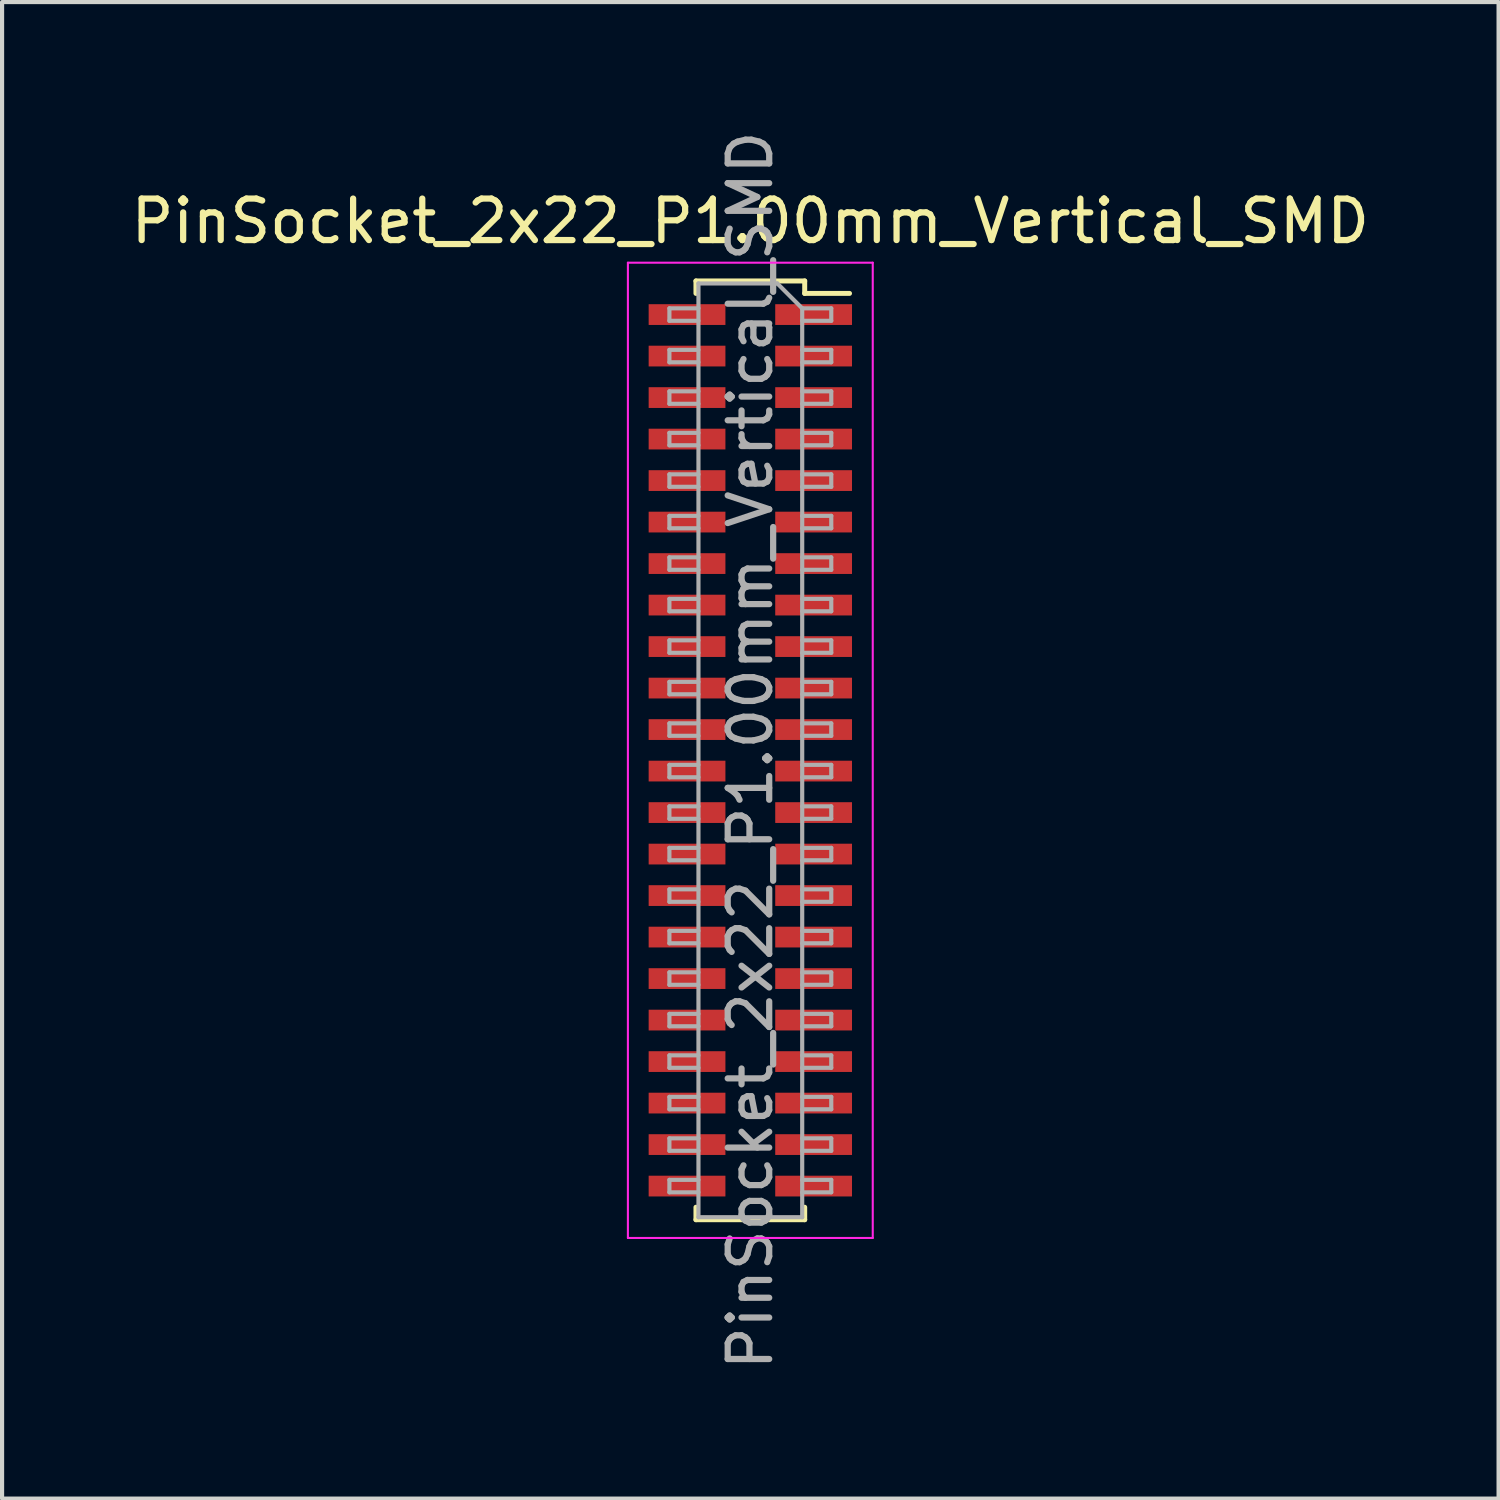
<source format=kicad_pcb>
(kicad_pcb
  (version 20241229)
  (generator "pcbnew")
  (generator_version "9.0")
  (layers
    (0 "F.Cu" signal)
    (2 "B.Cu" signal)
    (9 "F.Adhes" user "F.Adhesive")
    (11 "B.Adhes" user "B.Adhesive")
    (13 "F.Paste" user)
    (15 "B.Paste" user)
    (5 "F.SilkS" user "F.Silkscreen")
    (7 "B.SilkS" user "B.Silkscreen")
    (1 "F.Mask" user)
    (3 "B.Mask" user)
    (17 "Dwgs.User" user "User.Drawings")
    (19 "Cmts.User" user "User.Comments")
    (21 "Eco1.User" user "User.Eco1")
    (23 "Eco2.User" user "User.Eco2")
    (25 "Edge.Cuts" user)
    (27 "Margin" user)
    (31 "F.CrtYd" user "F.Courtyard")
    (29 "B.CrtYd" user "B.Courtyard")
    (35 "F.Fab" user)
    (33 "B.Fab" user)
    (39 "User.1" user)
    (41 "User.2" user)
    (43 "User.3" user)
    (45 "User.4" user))
  (footprint "PinSocket_2x22_P1.00mm_Vertical_SMD"
    (layer "F.Cu")
    (at 15.03 15.03)
    (property "Reference" "PinSocket_2x22_P1.00mm_Vertical_SMD" (at 0 -12.75 0) (layer "F.SilkS") (effects (font (size 1 1) (thickness 0.15))))
    (attr smd)
    (fp_line (start -1.31 -11.31) (end -1.31 -11.01) (stroke (width 0.12) (type solid)) (layer "F.SilkS"))
    (fp_line (start -1.31 -11.31) (end 1.31 -11.31) (stroke (width 0.12) (type solid)) (layer "F.SilkS"))
    (fp_line (start -1.31 11.01) (end -1.31 11.31) (stroke (width 0.12) (type solid)) (layer "F.SilkS"))
    (fp_line (start -1.31 11.31) (end 1.31 11.31) (stroke (width 0.12) (type solid)) (layer "F.SilkS"))
    (fp_line (start 1.31 -11.31) (end 1.31 -11.01) (stroke (width 0.12) (type solid)) (layer "F.SilkS"))
    (fp_line (start 1.31 -11.01) (end 2.39 -11.01) (stroke (width 0.12) (type solid)) (layer "F.SilkS"))
    (fp_line (start 1.31 11.01) (end 1.31 11.31) (stroke (width 0.12) (type solid)) (layer "F.SilkS"))
    (fp_line (start -2.95 -11.75) (end 2.95 -11.75) (stroke (width 0.05) (type solid)) (layer "F.CrtYd"))
    (fp_line (start -2.95 11.75) (end -2.95 -11.75) (stroke (width 0.05) (type solid)) (layer "F.CrtYd"))
    (fp_line (start 2.95 -11.75) (end 2.95 11.75) (stroke (width 0.05) (type solid)) (layer "F.CrtYd"))
    (fp_line (start 2.95 11.75) (end -2.95 11.75) (stroke (width 0.05) (type solid)) (layer "F.CrtYd"))
    (fp_line (start -1.95 -10.65) (end -1.25 -10.65) (stroke (width 0.1) (type solid)) (layer "F.Fab"))
    (fp_line (start -1.95 -10.35) (end -1.95 -10.65) (stroke (width 0.1) (type solid)) (layer "F.Fab"))
    (fp_line (start -1.95 -9.65) (end -1.25 -9.65) (stroke (width 0.1) (type solid)) (layer "F.Fab"))
    (fp_line (start -1.95 -9.35) (end -1.95 -9.65) (stroke (width 0.1) (type solid)) (layer "F.Fab"))
    (fp_line (start -1.95 -8.65) (end -1.25 -8.65) (stroke (width 0.1) (type solid)) (layer "F.Fab"))
    (fp_line (start -1.95 -8.35) (end -1.95 -8.65) (stroke (width 0.1) (type solid)) (layer "F.Fab"))
    (fp_line (start -1.95 -7.65) (end -1.25 -7.65) (stroke (width 0.1) (type solid)) (layer "F.Fab"))
    (fp_line (start -1.95 -7.35) (end -1.95 -7.65) (stroke (width 0.1) (type solid)) (layer "F.Fab"))
    (fp_line (start -1.95 -6.65) (end -1.25 -6.65) (stroke (width 0.1) (type solid)) (layer "F.Fab"))
    (fp_line (start -1.95 -6.35) (end -1.95 -6.65) (stroke (width 0.1) (type solid)) (layer "F.Fab"))
    (fp_line (start -1.95 -5.65) (end -1.25 -5.65) (stroke (width 0.1) (type solid)) (layer "F.Fab"))
    (fp_line (start -1.95 -5.35) (end -1.95 -5.65) (stroke (width 0.1) (type solid)) (layer "F.Fab"))
    (fp_line (start -1.95 -4.65) (end -1.25 -4.65) (stroke (width 0.1) (type solid)) (layer "F.Fab"))
    (fp_line (start -1.95 -4.35) (end -1.95 -4.65) (stroke (width 0.1) (type solid)) (layer "F.Fab"))
    (fp_line (start -1.95 -3.65) (end -1.25 -3.65) (stroke (width 0.1) (type solid)) (layer "F.Fab"))
    (fp_line (start -1.95 -3.35) (end -1.95 -3.65) (stroke (width 0.1) (type solid)) (layer "F.Fab"))
    (fp_line (start -1.95 -2.65) (end -1.25 -2.65) (stroke (width 0.1) (type solid)) (layer "F.Fab"))
    (fp_line (start -1.95 -2.35) (end -1.95 -2.65) (stroke (width 0.1) (type solid)) (layer "F.Fab"))
    (fp_line (start -1.95 -1.65) (end -1.25 -1.65) (stroke (width 0.1) (type solid)) (layer "F.Fab"))
    (fp_line (start -1.95 -1.35) (end -1.95 -1.65) (stroke (width 0.1) (type solid)) (layer "F.Fab"))
    (fp_line (start -1.95 -0.65) (end -1.25 -0.65) (stroke (width 0.1) (type solid)) (layer "F.Fab"))
    (fp_line (start -1.95 -0.35) (end -1.95 -0.65) (stroke (width 0.1) (type solid)) (layer "F.Fab"))
    (fp_line (start -1.95 0.35) (end -1.25 0.35) (stroke (width 0.1) (type solid)) (layer "F.Fab"))
    (fp_line (start -1.95 0.65) (end -1.95 0.35) (stroke (width 0.1) (type solid)) (layer "F.Fab"))
    (fp_line (start -1.95 1.35) (end -1.25 1.35) (stroke (width 0.1) (type solid)) (layer "F.Fab"))
    (fp_line (start -1.95 1.65) (end -1.95 1.35) (stroke (width 0.1) (type solid)) (layer "F.Fab"))
    (fp_line (start -1.95 2.35) (end -1.25 2.35) (stroke (width 0.1) (type solid)) (layer "F.Fab"))
    (fp_line (start -1.95 2.65) (end -1.95 2.35) (stroke (width 0.1) (type solid)) (layer "F.Fab"))
    (fp_line (start -1.95 3.35) (end -1.25 3.35) (stroke (width 0.1) (type solid)) (layer "F.Fab"))
    (fp_line (start -1.95 3.65) (end -1.95 3.35) (stroke (width 0.1) (type solid)) (layer "F.Fab"))
    (fp_line (start -1.95 4.35) (end -1.25 4.35) (stroke (width 0.1) (type solid)) (layer "F.Fab"))
    (fp_line (start -1.95 4.65) (end -1.95 4.35) (stroke (width 0.1) (type solid)) (layer "F.Fab"))
    (fp_line (start -1.95 5.35) (end -1.25 5.35) (stroke (width 0.1) (type solid)) (layer "F.Fab"))
    (fp_line (start -1.95 5.65) (end -1.95 5.35) (stroke (width 0.1) (type solid)) (layer "F.Fab"))
    (fp_line (start -1.95 6.35) (end -1.25 6.35) (stroke (width 0.1) (type solid)) (layer "F.Fab"))
    (fp_line (start -1.95 6.65) (end -1.95 6.35) (stroke (width 0.1) (type solid)) (layer "F.Fab"))
    (fp_line (start -1.95 7.35) (end -1.25 7.35) (stroke (width 0.1) (type solid)) (layer "F.Fab"))
    (fp_line (start -1.95 7.65) (end -1.95 7.35) (stroke (width 0.1) (type solid)) (layer "F.Fab"))
    (fp_line (start -1.95 8.35) (end -1.25 8.35) (stroke (width 0.1) (type solid)) (layer "F.Fab"))
    (fp_line (start -1.95 8.65) (end -1.95 8.35) (stroke (width 0.1) (type solid)) (layer "F.Fab"))
    (fp_line (start -1.95 9.35) (end -1.25 9.35) (stroke (width 0.1) (type solid)) (layer "F.Fab"))
    (fp_line (start -1.95 9.65) (end -1.95 9.35) (stroke (width 0.1) (type solid)) (layer "F.Fab"))
    (fp_line (start -1.95 10.35) (end -1.25 10.35) (stroke (width 0.1) (type solid)) (layer "F.Fab"))
    (fp_line (start -1.95 10.65) (end -1.95 10.35) (stroke (width 0.1) (type solid)) (layer "F.Fab"))
    (fp_line (start -1.25 -11.25) (end 0.65 -11.25) (stroke (width 0.1) (type solid)) (layer "F.Fab"))
    (fp_line (start -1.25 -10.35) (end -1.95 -10.35) (stroke (width 0.1) (type solid)) (layer "F.Fab"))
    (fp_line (start -1.25 -9.35) (end -1.95 -9.35) (stroke (width 0.1) (type solid)) (layer "F.Fab"))
    (fp_line (start -1.25 -8.35) (end -1.95 -8.35) (stroke (width 0.1) (type solid)) (layer "F.Fab"))
    (fp_line (start -1.25 -7.35) (end -1.95 -7.35) (stroke (width 0.1) (type solid)) (layer "F.Fab"))
    (fp_line (start -1.25 -6.35) (end -1.95 -6.35) (stroke (width 0.1) (type solid)) (layer "F.Fab"))
    (fp_line (start -1.25 -5.35) (end -1.95 -5.35) (stroke (width 0.1) (type solid)) (layer "F.Fab"))
    (fp_line (start -1.25 -4.35) (end -1.95 -4.35) (stroke (width 0.1) (type solid)) (layer "F.Fab"))
    (fp_line (start -1.25 -3.35) (end -1.95 -3.35) (stroke (width 0.1) (type solid)) (layer "F.Fab"))
    (fp_line (start -1.25 -2.35) (end -1.95 -2.35) (stroke (width 0.1) (type solid)) (layer "F.Fab"))
    (fp_line (start -1.25 -1.35) (end -1.95 -1.35) (stroke (width 0.1) (type solid)) (layer "F.Fab"))
    (fp_line (start -1.25 -0.35) (end -1.95 -0.35) (stroke (width 0.1) (type solid)) (layer "F.Fab"))
    (fp_line (start -1.25 0.65) (end -1.95 0.65) (stroke (width 0.1) (type solid)) (layer "F.Fab"))
    (fp_line (start -1.25 1.65) (end -1.95 1.65) (stroke (width 0.1) (type solid)) (layer "F.Fab"))
    (fp_line (start -1.25 2.65) (end -1.95 2.65) (stroke (width 0.1) (type solid)) (layer "F.Fab"))
    (fp_line (start -1.25 3.65) (end -1.95 3.65) (stroke (width 0.1) (type solid)) (layer "F.Fab"))
    (fp_line (start -1.25 4.65) (end -1.95 4.65) (stroke (width 0.1) (type solid)) (layer "F.Fab"))
    (fp_line (start -1.25 5.65) (end -1.95 5.65) (stroke (width 0.1) (type solid)) (layer "F.Fab"))
    (fp_line (start -1.25 6.65) (end -1.95 6.65) (stroke (width 0.1) (type solid)) (layer "F.Fab"))
    (fp_line (start -1.25 7.65) (end -1.95 7.65) (stroke (width 0.1) (type solid)) (layer "F.Fab"))
    (fp_line (start -1.25 8.65) (end -1.95 8.65) (stroke (width 0.1) (type solid)) (layer "F.Fab"))
    (fp_line (start -1.25 9.65) (end -1.95 9.65) (stroke (width 0.1) (type solid)) (layer "F.Fab"))
    (fp_line (start -1.25 10.65) (end -1.95 10.65) (stroke (width 0.1) (type solid)) (layer "F.Fab"))
    (fp_line (start -1.25 11.25) (end -1.25 -11.25) (stroke (width 0.1) (type solid)) (layer "F.Fab"))
    (fp_line (start 0.65 -11.25) (end 1.25 -10.65) (stroke (width 0.1) (type solid)) (layer "F.Fab"))
    (fp_line (start 1.25 -10.65) (end 1.25 11.25) (stroke (width 0.1) (type solid)) (layer "F.Fab"))
    (fp_line (start 1.25 -10.65) (end 1.95 -10.65) (stroke (width 0.1) (type solid)) (layer "F.Fab"))
    (fp_line (start 1.25 -9.65) (end 1.95 -9.65) (stroke (width 0.1) (type solid)) (layer "F.Fab"))
    (fp_line (start 1.25 -8.65) (end 1.95 -8.65) (stroke (width 0.1) (type solid)) (layer "F.Fab"))
    (fp_line (start 1.25 -7.65) (end 1.95 -7.65) (stroke (width 0.1) (type solid)) (layer "F.Fab"))
    (fp_line (start 1.25 -6.65) (end 1.95 -6.65) (stroke (width 0.1) (type solid)) (layer "F.Fab"))
    (fp_line (start 1.25 -5.65) (end 1.95 -5.65) (stroke (width 0.1) (type solid)) (layer "F.Fab"))
    (fp_line (start 1.25 -4.65) (end 1.95 -4.65) (stroke (width 0.1) (type solid)) (layer "F.Fab"))
    (fp_line (start 1.25 -3.65) (end 1.95 -3.65) (stroke (width 0.1) (type solid)) (layer "F.Fab"))
    (fp_line (start 1.25 -2.65) (end 1.95 -2.65) (stroke (width 0.1) (type solid)) (layer "F.Fab"))
    (fp_line (start 1.25 -1.65) (end 1.95 -1.65) (stroke (width 0.1) (type solid)) (layer "F.Fab"))
    (fp_line (start 1.25 -0.65) (end 1.95 -0.65) (stroke (width 0.1) (type solid)) (layer "F.Fab"))
    (fp_line (start 1.25 0.35) (end 1.95 0.35) (stroke (width 0.1) (type solid)) (layer "F.Fab"))
    (fp_line (start 1.25 1.35) (end 1.95 1.35) (stroke (width 0.1) (type solid)) (layer "F.Fab"))
    (fp_line (start 1.25 2.35) (end 1.95 2.35) (stroke (width 0.1) (type solid)) (layer "F.Fab"))
    (fp_line (start 1.25 3.35) (end 1.95 3.35) (stroke (width 0.1) (type solid)) (layer "F.Fab"))
    (fp_line (start 1.25 4.35) (end 1.95 4.35) (stroke (width 0.1) (type solid)) (layer "F.Fab"))
    (fp_line (start 1.25 5.35) (end 1.95 5.35) (stroke (width 0.1) (type solid)) (layer "F.Fab"))
    (fp_line (start 1.25 6.35) (end 1.95 6.35) (stroke (width 0.1) (type solid)) (layer "F.Fab"))
    (fp_line (start 1.25 7.35) (end 1.95 7.35) (stroke (width 0.1) (type solid)) (layer "F.Fab"))
    (fp_line (start 1.25 8.35) (end 1.95 8.35) (stroke (width 0.1) (type solid)) (layer "F.Fab"))
    (fp_line (start 1.25 9.35) (end 1.95 9.35) (stroke (width 0.1) (type solid)) (layer "F.Fab"))
    (fp_line (start 1.25 10.35) (end 1.95 10.35) (stroke (width 0.1) (type solid)) (layer "F.Fab"))
    (fp_line (start 1.25 11.25) (end -1.25 11.25) (stroke (width 0.1) (type solid)) (layer "F.Fab"))
    (fp_line (start 1.95 -10.65) (end 1.95 -10.35) (stroke (width 0.1) (type solid)) (layer "F.Fab"))
    (fp_line (start 1.95 -10.35) (end 1.25 -10.35) (stroke (width 0.1) (type solid)) (layer "F.Fab"))
    (fp_line (start 1.95 -9.65) (end 1.95 -9.35) (stroke (width 0.1) (type solid)) (layer "F.Fab"))
    (fp_line (start 1.95 -9.35) (end 1.25 -9.35) (stroke (width 0.1) (type solid)) (layer "F.Fab"))
    (fp_line (start 1.95 -8.65) (end 1.95 -8.35) (stroke (width 0.1) (type solid)) (layer "F.Fab"))
    (fp_line (start 1.95 -8.35) (end 1.25 -8.35) (stroke (width 0.1) (type solid)) (layer "F.Fab"))
    (fp_line (start 1.95 -7.65) (end 1.95 -7.35) (stroke (width 0.1) (type solid)) (layer "F.Fab"))
    (fp_line (start 1.95 -7.35) (end 1.25 -7.35) (stroke (width 0.1) (type solid)) (layer "F.Fab"))
    (fp_line (start 1.95 -6.65) (end 1.95 -6.35) (stroke (width 0.1) (type solid)) (layer "F.Fab"))
    (fp_line (start 1.95 -6.35) (end 1.25 -6.35) (stroke (width 0.1) (type solid)) (layer "F.Fab"))
    (fp_line (start 1.95 -5.65) (end 1.95 -5.35) (stroke (width 0.1) (type solid)) (layer "F.Fab"))
    (fp_line (start 1.95 -5.35) (end 1.25 -5.35) (stroke (width 0.1) (type solid)) (layer "F.Fab"))
    (fp_line (start 1.95 -4.65) (end 1.95 -4.35) (stroke (width 0.1) (type solid)) (layer "F.Fab"))
    (fp_line (start 1.95 -4.35) (end 1.25 -4.35) (stroke (width 0.1) (type solid)) (layer "F.Fab"))
    (fp_line (start 1.95 -3.65) (end 1.95 -3.35) (stroke (width 0.1) (type solid)) (layer "F.Fab"))
    (fp_line (start 1.95 -3.35) (end 1.25 -3.35) (stroke (width 0.1) (type solid)) (layer "F.Fab"))
    (fp_line (start 1.95 -2.65) (end 1.95 -2.35) (stroke (width 0.1) (type solid)) (layer "F.Fab"))
    (fp_line (start 1.95 -2.35) (end 1.25 -2.35) (stroke (width 0.1) (type solid)) (layer "F.Fab"))
    (fp_line (start 1.95 -1.65) (end 1.95 -1.35) (stroke (width 0.1) (type solid)) (layer "F.Fab"))
    (fp_line (start 1.95 -1.35) (end 1.25 -1.35) (stroke (width 0.1) (type solid)) (layer "F.Fab"))
    (fp_line (start 1.95 -0.65) (end 1.95 -0.35) (stroke (width 0.1) (type solid)) (layer "F.Fab"))
    (fp_line (start 1.95 -0.35) (end 1.25 -0.35) (stroke (width 0.1) (type solid)) (layer "F.Fab"))
    (fp_line (start 1.95 0.35) (end 1.95 0.65) (stroke (width 0.1) (type solid)) (layer "F.Fab"))
    (fp_line (start 1.95 0.65) (end 1.25 0.65) (stroke (width 0.1) (type solid)) (layer "F.Fab"))
    (fp_line (start 1.95 1.35) (end 1.95 1.65) (stroke (width 0.1) (type solid)) (layer "F.Fab"))
    (fp_line (start 1.95 1.65) (end 1.25 1.65) (stroke (width 0.1) (type solid)) (layer "F.Fab"))
    (fp_line (start 1.95 2.35) (end 1.95 2.65) (stroke (width 0.1) (type solid)) (layer "F.Fab"))
    (fp_line (start 1.95 2.65) (end 1.25 2.65) (stroke (width 0.1) (type solid)) (layer "F.Fab"))
    (fp_line (start 1.95 3.35) (end 1.95 3.65) (stroke (width 0.1) (type solid)) (layer "F.Fab"))
    (fp_line (start 1.95 3.65) (end 1.25 3.65) (stroke (width 0.1) (type solid)) (layer "F.Fab"))
    (fp_line (start 1.95 4.35) (end 1.95 4.65) (stroke (width 0.1) (type solid)) (layer "F.Fab"))
    (fp_line (start 1.95 4.65) (end 1.25 4.65) (stroke (width 0.1) (type solid)) (layer "F.Fab"))
    (fp_line (start 1.95 5.35) (end 1.95 5.65) (stroke (width 0.1) (type solid)) (layer "F.Fab"))
    (fp_line (start 1.95 5.65) (end 1.25 5.65) (stroke (width 0.1) (type solid)) (layer "F.Fab"))
    (fp_line (start 1.95 6.35) (end 1.95 6.65) (stroke (width 0.1) (type solid)) (layer "F.Fab"))
    (fp_line (start 1.95 6.65) (end 1.25 6.65) (stroke (width 0.1) (type solid)) (layer "F.Fab"))
    (fp_line (start 1.95 7.35) (end 1.95 7.65) (stroke (width 0.1) (type solid)) (layer "F.Fab"))
    (fp_line (start 1.95 7.65) (end 1.25 7.65) (stroke (width 0.1) (type solid)) (layer "F.Fab"))
    (fp_line (start 1.95 8.35) (end 1.95 8.65) (stroke (width 0.1) (type solid)) (layer "F.Fab"))
    (fp_line (start 1.95 8.65) (end 1.25 8.65) (stroke (width 0.1) (type solid)) (layer "F.Fab"))
    (fp_line (start 1.95 9.35) (end 1.95 9.65) (stroke (width 0.1) (type solid)) (layer "F.Fab"))
    (fp_line (start 1.95 9.65) (end 1.25 9.65) (stroke (width 0.1) (type solid)) (layer "F.Fab"))
    (fp_line (start 1.95 10.35) (end 1.95 10.65) (stroke (width 0.1) (type solid)) (layer "F.Fab"))
    (fp_line (start 1.95 10.65) (end 1.25 10.65) (stroke (width 0.1) (type solid)) (layer "F.Fab"))
    (fp_text user "${REFERENCE}" (at 0 0 90) (layer "F.Fab") (effects (font (size 1 1) (thickness 0.15))))
    (pad "1" smd rect (at 1.525 -10.5) (size 1.85 0.5) (layers "F.Cu" "F.Mask" "F.Paste"))
    (pad "2" smd rect (at -1.525 -10.5) (size 1.85 0.5) (layers "F.Cu" "F.Mask" "F.Paste"))
    (pad "3" smd rect (at 1.525 -9.5) (size 1.85 0.5) (layers "F.Cu" "F.Mask" "F.Paste"))
    (pad "4" smd rect (at -1.525 -9.5) (size 1.85 0.5) (layers "F.Cu" "F.Mask" "F.Paste"))
    (pad "5" smd rect (at 1.525 -8.5) (size 1.85 0.5) (layers "F.Cu" "F.Mask" "F.Paste"))
    (pad "6" smd rect (at -1.525 -8.5) (size 1.85 0.5) (layers "F.Cu" "F.Mask" "F.Paste"))
    (pad "7" smd rect (at 1.525 -7.5) (size 1.85 0.5) (layers "F.Cu" "F.Mask" "F.Paste"))
    (pad "8" smd rect (at -1.525 -7.5) (size 1.85 0.5) (layers "F.Cu" "F.Mask" "F.Paste"))
    (pad "9" smd rect (at 1.525 -6.5) (size 1.85 0.5) (layers "F.Cu" "F.Mask" "F.Paste"))
    (pad "10" smd rect (at -1.525 -6.5) (size 1.85 0.5) (layers "F.Cu" "F.Mask" "F.Paste"))
    (pad "11" smd rect (at 1.525 -5.5) (size 1.85 0.5) (layers "F.Cu" "F.Mask" "F.Paste"))
    (pad "12" smd rect (at -1.525 -5.5) (size 1.85 0.5) (layers "F.Cu" "F.Mask" "F.Paste"))
    (pad "13" smd rect (at 1.525 -4.5) (size 1.85 0.5) (layers "F.Cu" "F.Mask" "F.Paste"))
    (pad "14" smd rect (at -1.525 -4.5) (size 1.85 0.5) (layers "F.Cu" "F.Mask" "F.Paste"))
    (pad "15" smd rect (at 1.525 -3.5) (size 1.85 0.5) (layers "F.Cu" "F.Mask" "F.Paste"))
    (pad "16" smd rect (at -1.525 -3.5) (size 1.85 0.5) (layers "F.Cu" "F.Mask" "F.Paste"))
    (pad "17" smd rect (at 1.525 -2.5) (size 1.85 0.5) (layers "F.Cu" "F.Mask" "F.Paste"))
    (pad "18" smd rect (at -1.525 -2.5) (size 1.85 0.5) (layers "F.Cu" "F.Mask" "F.Paste"))
    (pad "19" smd rect (at 1.525 -1.5) (size 1.85 0.5) (layers "F.Cu" "F.Mask" "F.Paste"))
    (pad "20" smd rect (at -1.525 -1.5) (size 1.85 0.5) (layers "F.Cu" "F.Mask" "F.Paste"))
    (pad "21" smd rect (at 1.525 -0.5) (size 1.85 0.5) (layers "F.Cu" "F.Mask" "F.Paste"))
    (pad "22" smd rect (at -1.525 -0.5) (size 1.85 0.5) (layers "F.Cu" "F.Mask" "F.Paste"))
    (pad "23" smd rect (at 1.525 0.5) (size 1.85 0.5) (layers "F.Cu" "F.Mask" "F.Paste"))
    (pad "24" smd rect (at -1.525 0.5) (size 1.85 0.5) (layers "F.Cu" "F.Mask" "F.Paste"))
    (pad "25" smd rect (at 1.525 1.5) (size 1.85 0.5) (layers "F.Cu" "F.Mask" "F.Paste"))
    (pad "26" smd rect (at -1.525 1.5) (size 1.85 0.5) (layers "F.Cu" "F.Mask" "F.Paste"))
    (pad "27" smd rect (at 1.525 2.5) (size 1.85 0.5) (layers "F.Cu" "F.Mask" "F.Paste"))
    (pad "28" smd rect (at -1.525 2.5) (size 1.85 0.5) (layers "F.Cu" "F.Mask" "F.Paste"))
    (pad "29" smd rect (at 1.525 3.5) (size 1.85 0.5) (layers "F.Cu" "F.Mask" "F.Paste"))
    (pad "30" smd rect (at -1.525 3.5) (size 1.85 0.5) (layers "F.Cu" "F.Mask" "F.Paste"))
    (pad "31" smd rect (at 1.525 4.5) (size 1.85 0.5) (layers "F.Cu" "F.Mask" "F.Paste"))
    (pad "32" smd rect (at -1.525 4.5) (size 1.85 0.5) (layers "F.Cu" "F.Mask" "F.Paste"))
    (pad "33" smd rect (at 1.525 5.5) (size 1.85 0.5) (layers "F.Cu" "F.Mask" "F.Paste"))
    (pad "34" smd rect (at -1.525 5.5) (size 1.85 0.5) (layers "F.Cu" "F.Mask" "F.Paste"))
    (pad "35" smd rect (at 1.525 6.5) (size 1.85 0.5) (layers "F.Cu" "F.Mask" "F.Paste"))
    (pad "36" smd rect (at -1.525 6.5) (size 1.85 0.5) (layers "F.Cu" "F.Mask" "F.Paste"))
    (pad "37" smd rect (at 1.525 7.5) (size 1.85 0.5) (layers "F.Cu" "F.Mask" "F.Paste"))
    (pad "38" smd rect (at -1.525 7.5) (size 1.85 0.5) (layers "F.Cu" "F.Mask" "F.Paste"))
    (pad "39" smd rect (at 1.525 8.5) (size 1.85 0.5) (layers "F.Cu" "F.Mask" "F.Paste"))
    (pad "40" smd rect (at -1.525 8.5) (size 1.85 0.5) (layers "F.Cu" "F.Mask" "F.Paste"))
    (pad "41" smd rect (at 1.525 9.5) (size 1.85 0.5) (layers "F.Cu" "F.Mask" "F.Paste"))
    (pad "42" smd rect (at -1.525 9.5) (size 1.85 0.5) (layers "F.Cu" "F.Mask" "F.Paste"))
    (pad "43" smd rect (at 1.525 10.5) (size 1.85 0.5) (layers "F.Cu" "F.Mask" "F.Paste"))
    (pad "44" smd rect (at -1.525 10.5) (size 1.85 0.5) (layers "F.Cu" "F.Mask" "F.Paste")))
  (gr_rect
    (start -3 -3)
    (end 33.06 33.06)
    (stroke (width 0.1) (type default))
    (fill no)
    (layer "Edge.Cuts")))
</source>
